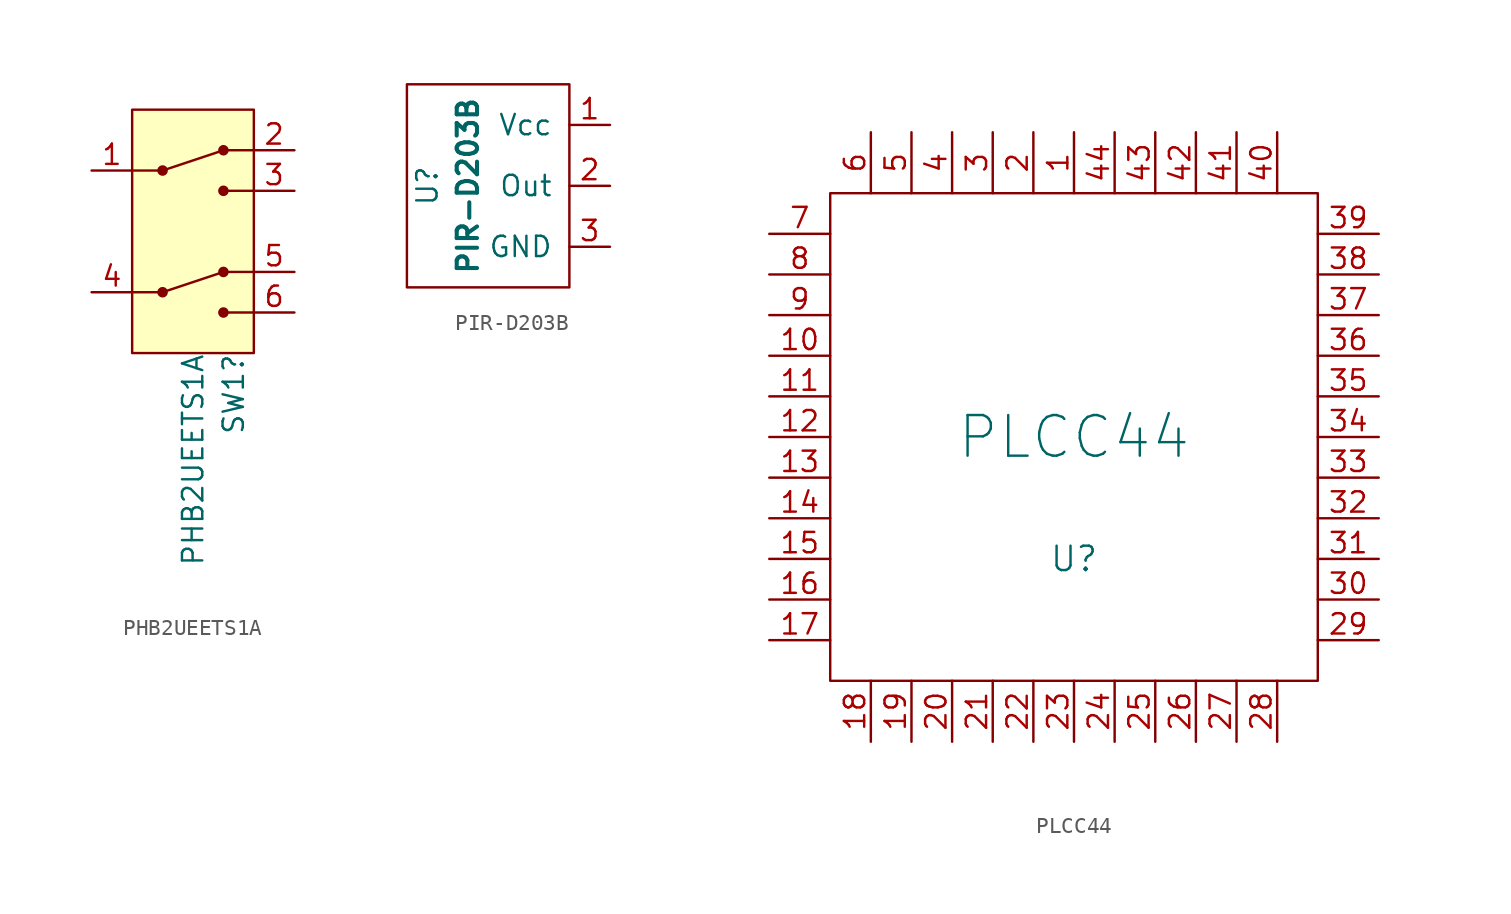
<source format=kicad_sym>
(kicad_symbol_lib
  (version 20231120)
  (generator "kicad_symbol_editor")
  (generator_version "8.0")
  (symbol "PHB2UEETS1A"
    (property "Reference" "SW1"
      (at 2.54 -7.62 90)
      (effects (font (size 1.27 1.27)) (justify right)))
    (property "Value" "PHB2UEETS1A"
      (at 0 -7.62 90)
      (effects (font (size 1.27 1.27)) (justify right)))
    (symbol "PHB2UEETS1A_1_1"
      (rectangle (start -3.81 7.62) (end 3.81 -7.62) (stroke (width 0) (type default)) (fill (type background)))
      (circle (center -1.905 -3.81) (radius 0.254) (stroke (width 0) (type default)) (fill (type outline)))
      (circle (center -1.905 3.81) (radius 0.254) (stroke (width 0) (type default)) (fill (type outline)))
      (polyline (pts (xy -3.81 -3.81) (xy -1.905 -3.81)) (stroke (width 0) (type default)) (fill (type none)))
      (polyline (pts (xy -3.81 3.81) (xy -1.905 3.81)) (stroke (width 0) (type default)) (fill (type none)))
      (polyline (pts (xy -1.905 -3.81) (xy 1.905 -2.54)) (stroke (width 0) (type default)) (fill (type none)))
      (polyline (pts (xy -1.905 3.81) (xy 1.905 5.08)) (stroke (width 0) (type default)) (fill (type none)))
      (polyline (pts (xy 1.905 -5.08) (xy 3.81 -5.08)) (stroke (width 0) (type default)) (fill (type none)))
      (polyline (pts (xy 1.905 2.54) (xy 3.81 2.54)) (stroke (width 0) (type default)) (fill (type none)))
      (polyline (pts (xy 3.81 -2.54) (xy 1.905 -2.54)) (stroke (width 0) (type default)) (fill (type none)))
      (polyline (pts (xy 3.81 5.08) (xy 1.905 5.08)) (stroke (width 0) (type default)) (fill (type none)))
      (circle (center 1.905 -5.08) (radius 0.254) (stroke (width 0) (type default)) (fill (type outline)))
      (circle (center 1.905 -2.54) (radius 0.254) (stroke (width 0) (type default)) (fill (type outline)))
      (circle (center 1.905 2.54) (radius 0.254) (stroke (width 0) (type default)) (fill (type outline)))
      (circle (center 1.905 5.08) (radius 0.254) (stroke (width 0) (type default)) (fill (type outline)))
      (pin passive line (at -6.35 3.81 0) (length 2.54) (name "" (effects (font (size 1.27 1.27)))) (number "1" (effects (font (size 1.27 1.27)))))
      (pin passive line (at 6.35 5.08 180) (length 2.54) (name "" (effects (font (size 1.27 1.27)))) (number "2" (effects (font (size 1.27 1.27)))))
      (pin passive line (at 6.35 2.54 180) (length 2.54) (name "" (effects (font (size 1.27 1.27)))) (number "3" (effects (font (size 1.27 1.27)))))
      (pin passive line (at -6.35 -3.81 0) (length 2.54) (name "" (effects (font (size 1.27 1.27)))) (number "4" (effects (font (size 1.27 1.27)))))
      (pin passive line (at 6.35 -2.54 180) (length 2.54) (name "" (effects (font (size 1.27 1.27)))) (number "5" (effects (font (size 1.27 1.27)))))
      (pin passive line (at 6.35 -5.08 180) (length 2.54) (name "" (effects (font (size 1.27 1.27)))) (number "6" (effects (font (size 1.27 1.27)))))))
  (symbol "PIR-D203B"
    (pin_names
      (offset 1.016))
    (property "Reference" "U"
      (at -3.81 0 90)
      (effects (font (size 1.27 1.27))))
    (property "Value" "PIR-D203B"
      (at -1.27 0 90)
      (effects (font (size 1.27 1.27) (bold yes))))
    (symbol "PIR-D203B_0_0"
      (pin passive line (at 7.62 0 180) (length 2.54) (name "Out" (effects (font (size 1.27 1.27)))) (number "2" (effects (font (size 1.27 1.27)))))
      (pin passive line (at 7.62 -3.81 180) (length 2.54) (name "GND" (effects (font (size 1.27 1.27)))) (number "3" (effects (font (size 1.27 1.27))))))
    (symbol "PIR-D203B_0_1"
      (rectangle (start -5.08 6.35) (end 5.08 -6.35) (stroke (width 0) (type default)) (fill (type none))))
    (symbol "PIR-D203B_1_0"
      (pin passive line (at 7.62 3.81 180) (length 2.54) (name "Vcc" (effects (font (size 1.27 1.27)))) (number "1" (effects (font (size 1.27 1.27)))))))
  (symbol "PLCC44"
    (pin_names
      (offset 1.016) hide)
    (property "Reference" "U"
      (at 0 -7.62 0)
      (effects (font (size 1.524 1.524))))
    (property "Value" "PLCC44"
      (at 0 0 0)
      (effects (font (size 2.54 2.54))))
    (property "Footprint" ""
      (at 0 0 0)
      (effects (font (size 1.524 1.524))))
    (property "Datasheet" ""
      (at 0 0 0)
      (effects (font (size 1.524 1.524))))
    (symbol "PLCC44_0_1"
      (rectangle (start -15.24 15.24) (end 15.24 -15.24) (stroke (width 0) (type default)) (fill (type none))))
    (symbol "PLCC44_1_1"
      (pin passive line (at 0 19.05 270) (length 3.81) (name "~" (effects (font (size 1.27 1.27)))) (number "1" (effects (font (size 1.27 1.27)))))
      (pin passive line (at -19.05 5.08 0) (length 3.81) (name "~" (effects (font (size 1.27 1.27)))) (number "10" (effects (font (size 1.27 1.27)))))
      (pin passive line (at -19.05 2.54 0) (length 3.81) (name "~" (effects (font (size 1.27 1.27)))) (number "11" (effects (font (size 1.27 1.27)))))
      (pin passive line (at -19.05 0 0) (length 3.81) (name "~" (effects (font (size 1.27 1.27)))) (number "12" (effects (font (size 1.27 1.27)))))
      (pin passive line (at -19.05 -2.54 0) (length 3.81) (name "~" (effects (font (size 1.27 1.27)))) (number "13" (effects (font (size 1.27 1.27)))))
      (pin passive line (at -19.05 -5.08 0) (length 3.81) (name "~" (effects (font (size 1.27 1.27)))) (number "14" (effects (font (size 1.27 1.27)))))
      (pin passive line (at -19.05 -7.62 0) (length 3.81) (name "~" (effects (font (size 1.27 1.27)))) (number "15" (effects (font (size 1.27 1.27)))))
      (pin passive line (at -19.05 -10.16 0) (length 3.81) (name "~" (effects (font (size 1.27 1.27)))) (number "16" (effects (font (size 1.27 1.27)))))
      (pin passive line (at -19.05 -12.7 0) (length 3.81) (name "~" (effects (font (size 1.27 1.27)))) (number "17" (effects (font (size 1.27 1.27)))))
      (pin passive line (at -12.7 -19.05 90) (length 3.81) (name "~" (effects (font (size 1.27 1.27)))) (number "18" (effects (font (size 1.27 1.27)))))
      (pin passive line (at -10.16 -19.05 90) (length 3.81) (name "~" (effects (font (size 1.27 1.27)))) (number "19" (effects (font (size 1.27 1.27)))))
      (pin passive line (at -2.54 19.05 270) (length 3.81) (name "~" (effects (font (size 1.27 1.27)))) (number "2" (effects (font (size 1.27 1.27)))))
      (pin passive line (at -7.62 -19.05 90) (length 3.81) (name "~" (effects (font (size 1.27 1.27)))) (number "20" (effects (font (size 1.27 1.27)))))
      (pin passive line (at -5.08 -19.05 90) (length 3.81) (name "~" (effects (font (size 1.27 1.27)))) (number "21" (effects (font (size 1.27 1.27)))))
      (pin passive line (at -2.54 -19.05 90) (length 3.81) (name "~" (effects (font (size 1.27 1.27)))) (number "22" (effects (font (size 1.27 1.27)))))
      (pin passive line (at 0 -19.05 90) (length 3.81) (name "~" (effects (font (size 1.27 1.27)))) (number "23" (effects (font (size 1.27 1.27)))))
      (pin passive line (at 2.54 -19.05 90) (length 3.81) (name "~" (effects (font (size 1.27 1.27)))) (number "24" (effects (font (size 1.27 1.27)))))
      (pin passive line (at 5.08 -19.05 90) (length 3.81) (name "~" (effects (font (size 1.27 1.27)))) (number "25" (effects (font (size 1.27 1.27)))))
      (pin passive line (at 7.62 -19.05 90) (length 3.81) (name "~" (effects (font (size 1.27 1.27)))) (number "26" (effects (font (size 1.27 1.27)))))
      (pin passive line (at 10.16 -19.05 90) (length 3.81) (name "~" (effects (font (size 1.27 1.27)))) (number "27" (effects (font (size 1.27 1.27)))))
      (pin passive line (at 12.7 -19.05 90) (length 3.81) (name "~" (effects (font (size 1.27 1.27)))) (number "28" (effects (font (size 1.27 1.27)))))
      (pin passive line (at 19.05 -12.7 180) (length 3.81) (name "~" (effects (font (size 1.27 1.27)))) (number "29" (effects (font (size 1.27 1.27)))))
      (pin passive line (at -5.08 19.05 270) (length 3.81) (name "~" (effects (font (size 1.27 1.27)))) (number "3" (effects (font (size 1.27 1.27)))))
      (pin passive line (at 19.05 -10.16 180) (length 3.81) (name "~" (effects (font (size 1.27 1.27)))) (number "30" (effects (font (size 1.27 1.27)))))
      (pin passive line (at 19.05 -7.62 180) (length 3.81) (name "~" (effects (font (size 1.27 1.27)))) (number "31" (effects (font (size 1.27 1.27)))))
      (pin passive line (at 19.05 -5.08 180) (length 3.81) (name "~" (effects (font (size 1.27 1.27)))) (number "32" (effects (font (size 1.27 1.27)))))
      (pin passive line (at 19.05 -2.54 180) (length 3.81) (name "~" (effects (font (size 1.27 1.27)))) (number "33" (effects (font (size 1.27 1.27)))))
      (pin passive line (at 19.05 0 180) (length 3.81) (name "~" (effects (font (size 1.27 1.27)))) (number "34" (effects (font (size 1.27 1.27)))))
      (pin passive line (at 19.05 2.54 180) (length 3.81) (name "~" (effects (font (size 1.27 1.27)))) (number "35" (effects (font (size 1.27 1.27)))))
      (pin passive line (at 19.05 5.08 180) (length 3.81) (name "~" (effects (font (size 1.27 1.27)))) (number "36" (effects (font (size 1.27 1.27)))))
      (pin passive line (at 19.05 7.62 180) (length 3.81) (name "~" (effects (font (size 1.27 1.27)))) (number "37" (effects (font (size 1.27 1.27)))))
      (pin passive line (at 19.05 10.16 180) (length 3.81) (name "~" (effects (font (size 1.27 1.27)))) (number "38" (effects (font (size 1.27 1.27)))))
      (pin passive line (at 19.05 12.7 180) (length 3.81) (name "~" (effects (font (size 1.27 1.27)))) (number "39" (effects (font (size 1.27 1.27)))))
      (pin passive line (at -7.62 19.05 270) (length 3.81) (name "~" (effects (font (size 1.27 1.27)))) (number "4" (effects (font (size 1.27 1.27)))))
      (pin passive line (at 12.7 19.05 270) (length 3.81) (name "~" (effects (font (size 1.27 1.27)))) (number "40" (effects (font (size 1.27 1.27)))))
      (pin passive line (at 10.16 19.05 270) (length 3.81) (name "~" (effects (font (size 1.27 1.27)))) (number "41" (effects (font (size 1.27 1.27)))))
      (pin passive line (at 7.62 19.05 270) (length 3.81) (name "~" (effects (font (size 1.27 1.27)))) (number "42" (effects (font (size 1.27 1.27)))))
      (pin passive line (at 5.08 19.05 270) (length 3.81) (name "~" (effects (font (size 1.27 1.27)))) (number "43" (effects (font (size 1.27 1.27)))))
      (pin passive line (at 2.54 19.05 270) (length 3.81) (name "~" (effects (font (size 1.27 1.27)))) (number "44" (effects (font (size 1.27 1.27)))))
      (pin passive line (at -10.16 19.05 270) (length 3.81) (name "~" (effects (font (size 1.27 1.27)))) (number "5" (effects (font (size 1.27 1.27)))))
      (pin passive line (at -12.7 19.05 270) (length 3.81) (name "~" (effects (font (size 1.27 1.27)))) (number "6" (effects (font (size 1.27 1.27)))))
      (pin passive line (at -19.05 12.7 0) (length 3.81) (name "~" (effects (font (size 1.27 1.27)))) (number "7" (effects (font (size 1.27 1.27)))))
      (pin passive line (at -19.05 10.16 0) (length 3.81) (name "~" (effects (font (size 1.27 1.27)))) (number "8" (effects (font (size 1.27 1.27)))))
      (pin passive line (at -19.05 7.62 0) (length 3.81) (name "~" (effects (font (size 1.27 1.27)))) (number "9" (effects (font (size 1.27 1.27))))))))
</source>
